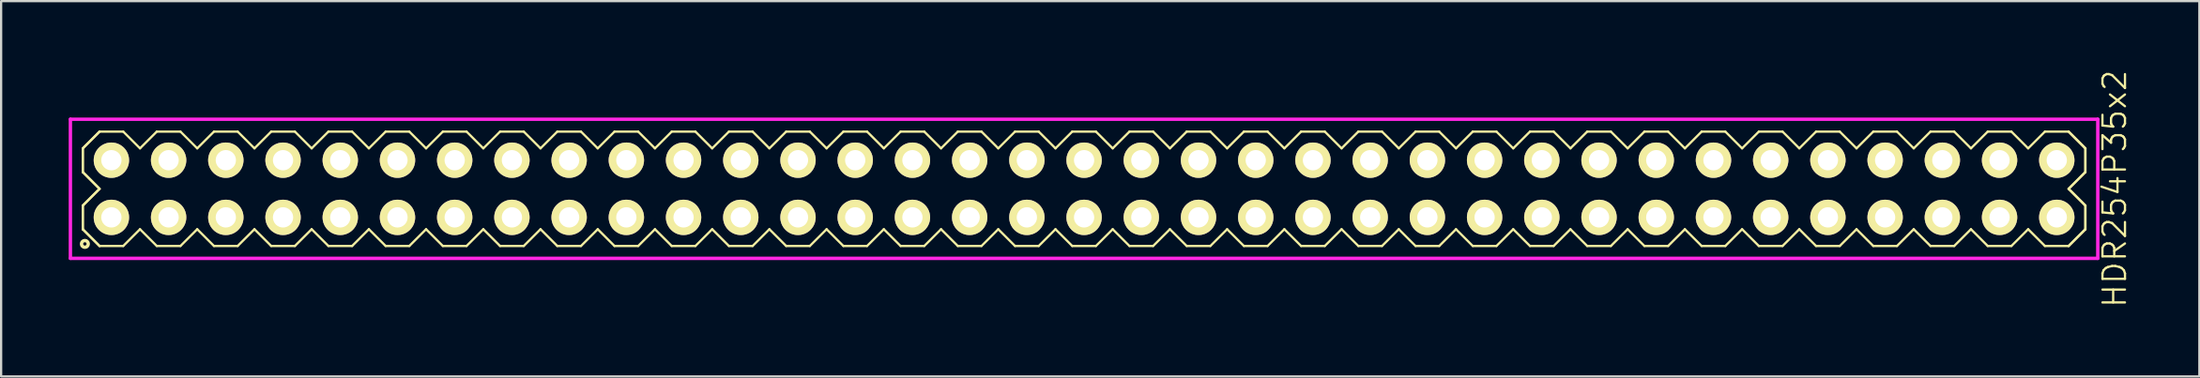
<source format=kicad_pcb>
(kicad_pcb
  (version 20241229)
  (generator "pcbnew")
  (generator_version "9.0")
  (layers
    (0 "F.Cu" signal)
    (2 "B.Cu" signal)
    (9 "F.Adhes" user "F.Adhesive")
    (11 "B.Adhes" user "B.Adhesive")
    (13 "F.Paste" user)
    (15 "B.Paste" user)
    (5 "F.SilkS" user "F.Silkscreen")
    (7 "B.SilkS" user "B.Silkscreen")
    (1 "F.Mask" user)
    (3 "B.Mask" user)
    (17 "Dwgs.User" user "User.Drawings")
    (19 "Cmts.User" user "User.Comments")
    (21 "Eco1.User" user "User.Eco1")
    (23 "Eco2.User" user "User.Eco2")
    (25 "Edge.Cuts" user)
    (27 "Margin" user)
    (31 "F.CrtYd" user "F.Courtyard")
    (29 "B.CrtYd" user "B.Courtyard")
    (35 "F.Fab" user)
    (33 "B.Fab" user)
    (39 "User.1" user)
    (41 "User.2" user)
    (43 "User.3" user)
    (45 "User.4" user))
  (footprint "HDR254P35x2"
    (layer "F.Cu")
    (at 45.075 5.336)
    (property "Reference" "HDR254P35x2" (at 45.75 0 90) (layer "F.SilkS") (effects (font (size 1 1) (thickness 0.1))))
    (attr through_hole)
    (fp_line (start -44.45 -1.796) (end -43.706 -2.54) (stroke (width 0.1) (type solid)) (layer "F.SilkS"))
    (fp_line (start -44.45 -1.796) (end -43.706 -2.54) (stroke (width 0.1) (type solid)) (layer "F.SilkS"))
    (fp_line (start -44.45 -0.744) (end -44.45 -1.796) (stroke (width 0.1) (type solid)) (layer "F.SilkS"))
    (fp_line (start -44.45 -0.744) (end -44.45 -1.796) (stroke (width 0.1) (type solid)) (layer "F.SilkS"))
    (fp_line (start -44.45 0.744) (end -43.706 0) (stroke (width 0.1) (type solid)) (layer "F.SilkS"))
    (fp_line (start -44.45 0.744) (end -43.706 0) (stroke (width 0.1) (type solid)) (layer "F.SilkS"))
    (fp_line (start -44.45 1.796) (end -44.45 0.744) (stroke (width 0.1) (type solid)) (layer "F.SilkS"))
    (fp_line (start -44.45 1.796) (end -44.45 0.744) (stroke (width 0.1) (type solid)) (layer "F.SilkS"))
    (fp_line (start -43.706 -2.54) (end -42.654 -2.54) (stroke (width 0.1) (type solid)) (layer "F.SilkS"))
    (fp_line (start -43.706 0) (end -44.45 -0.744) (stroke (width 0.1) (type solid)) (layer "F.SilkS"))
    (fp_line (start -43.706 0) (end -44.45 -0.744) (stroke (width 0.1) (type solid)) (layer "F.SilkS"))
    (fp_line (start -43.706 2.54) (end -44.45 1.796) (stroke (width 0.1) (type solid)) (layer "F.SilkS"))
    (fp_line (start -43.706 2.54) (end -44.45 1.796) (stroke (width 0.1) (type solid)) (layer "F.SilkS"))
    (fp_line (start -42.654 -2.54) (end -41.91 -1.796) (stroke (width 0.1) (type solid)) (layer "F.SilkS"))
    (fp_line (start -42.654 2.54) (end -43.706 2.54) (stroke (width 0.1) (type solid)) (layer "F.SilkS"))
    (fp_line (start -41.91 -1.796) (end -41.166 -2.54) (stroke (width 0.1) (type solid)) (layer "F.SilkS"))
    (fp_line (start -41.91 1.796) (end -42.654 2.54) (stroke (width 0.1) (type solid)) (layer "F.SilkS"))
    (fp_line (start -41.166 -2.54) (end -40.114 -2.54) (stroke (width 0.1) (type solid)) (layer "F.SilkS"))
    (fp_line (start -41.166 2.54) (end -41.91 1.796) (stroke (width 0.1) (type solid)) (layer "F.SilkS"))
    (fp_line (start -40.114 -2.54) (end -39.37 -1.796) (stroke (width 0.1) (type solid)) (layer "F.SilkS"))
    (fp_line (start -40.114 2.54) (end -41.166 2.54) (stroke (width 0.1) (type solid)) (layer "F.SilkS"))
    (fp_line (start -39.37 -1.796) (end -38.626 -2.54) (stroke (width 0.1) (type solid)) (layer "F.SilkS"))
    (fp_line (start -39.37 1.796) (end -40.114 2.54) (stroke (width 0.1) (type solid)) (layer "F.SilkS"))
    (fp_line (start -38.626 -2.54) (end -37.574 -2.54) (stroke (width 0.1) (type solid)) (layer "F.SilkS"))
    (fp_line (start -38.626 2.54) (end -39.37 1.796) (stroke (width 0.1) (type solid)) (layer "F.SilkS"))
    (fp_line (start -37.574 -2.54) (end -36.83 -1.796) (stroke (width 0.1) (type solid)) (layer "F.SilkS"))
    (fp_line (start -37.574 2.54) (end -38.626 2.54) (stroke (width 0.1) (type solid)) (layer "F.SilkS"))
    (fp_line (start -36.83 -1.796) (end -36.086 -2.54) (stroke (width 0.1) (type solid)) (layer "F.SilkS"))
    (fp_line (start -36.83 1.796) (end -37.574 2.54) (stroke (width 0.1) (type solid)) (layer "F.SilkS"))
    (fp_line (start -36.086 -2.54) (end -35.034 -2.54) (stroke (width 0.1) (type solid)) (layer "F.SilkS"))
    (fp_line (start -36.086 2.54) (end -36.83 1.796) (stroke (width 0.1) (type solid)) (layer "F.SilkS"))
    (fp_line (start -35.034 -2.54) (end -34.29 -1.796) (stroke (width 0.1) (type solid)) (layer "F.SilkS"))
    (fp_line (start -35.034 2.54) (end -36.086 2.54) (stroke (width 0.1) (type solid)) (layer "F.SilkS"))
    (fp_line (start -34.29 -1.796) (end -33.546 -2.54) (stroke (width 0.1) (type solid)) (layer "F.SilkS"))
    (fp_line (start -34.29 1.796) (end -35.034 2.54) (stroke (width 0.1) (type solid)) (layer "F.SilkS"))
    (fp_line (start -33.546 -2.54) (end -32.494 -2.54) (stroke (width 0.1) (type solid)) (layer "F.SilkS"))
    (fp_line (start -33.546 2.54) (end -34.29 1.796) (stroke (width 0.1) (type solid)) (layer "F.SilkS"))
    (fp_line (start -32.494 -2.54) (end -31.75 -1.796) (stroke (width 0.1) (type solid)) (layer "F.SilkS"))
    (fp_line (start -32.494 2.54) (end -33.546 2.54) (stroke (width 0.1) (type solid)) (layer "F.SilkS"))
    (fp_line (start -31.75 -1.796) (end -31.006 -2.54) (stroke (width 0.1) (type solid)) (layer "F.SilkS"))
    (fp_line (start -31.75 1.796) (end -32.494 2.54) (stroke (width 0.1) (type solid)) (layer "F.SilkS"))
    (fp_line (start -31.006 -2.54) (end -29.954 -2.54) (stroke (width 0.1) (type solid)) (layer "F.SilkS"))
    (fp_line (start -31.006 2.54) (end -31.75 1.796) (stroke (width 0.1) (type solid)) (layer "F.SilkS"))
    (fp_line (start -29.954 -2.54) (end -29.21 -1.796) (stroke (width 0.1) (type solid)) (layer "F.SilkS"))
    (fp_line (start -29.954 2.54) (end -31.006 2.54) (stroke (width 0.1) (type solid)) (layer "F.SilkS"))
    (fp_line (start -29.21 -1.796) (end -28.466 -2.54) (stroke (width 0.1) (type solid)) (layer "F.SilkS"))
    (fp_line (start -29.21 1.796) (end -29.954 2.54) (stroke (width 0.1) (type solid)) (layer "F.SilkS"))
    (fp_line (start -28.466 -2.54) (end -27.414 -2.54) (stroke (width 0.1) (type solid)) (layer "F.SilkS"))
    (fp_line (start -28.466 2.54) (end -29.21 1.796) (stroke (width 0.1) (type solid)) (layer "F.SilkS"))
    (fp_line (start -27.414 -2.54) (end -26.67 -1.796) (stroke (width 0.1) (type solid)) (layer "F.SilkS"))
    (fp_line (start -27.414 2.54) (end -28.466 2.54) (stroke (width 0.1) (type solid)) (layer "F.SilkS"))
    (fp_line (start -26.67 -1.796) (end -25.926 -2.54) (stroke (width 0.1) (type solid)) (layer "F.SilkS"))
    (fp_line (start -26.67 1.796) (end -27.414 2.54) (stroke (width 0.1) (type solid)) (layer "F.SilkS"))
    (fp_line (start -25.926 -2.54) (end -24.874 -2.54) (stroke (width 0.1) (type solid)) (layer "F.SilkS"))
    (fp_line (start -25.926 2.54) (end -26.67 1.796) (stroke (width 0.1) (type solid)) (layer "F.SilkS"))
    (fp_line (start -24.874 -2.54) (end -24.13 -1.796) (stroke (width 0.1) (type solid)) (layer "F.SilkS"))
    (fp_line (start -24.874 2.54) (end -25.926 2.54) (stroke (width 0.1) (type solid)) (layer "F.SilkS"))
    (fp_line (start -24.13 -1.796) (end -23.386 -2.54) (stroke (width 0.1) (type solid)) (layer "F.SilkS"))
    (fp_line (start -24.13 1.796) (end -24.874 2.54) (stroke (width 0.1) (type solid)) (layer "F.SilkS"))
    (fp_line (start -23.386 -2.54) (end -22.334 -2.54) (stroke (width 0.1) (type solid)) (layer "F.SilkS"))
    (fp_line (start -23.386 2.54) (end -24.13 1.796) (stroke (width 0.1) (type solid)) (layer "F.SilkS"))
    (fp_line (start -22.334 -2.54) (end -21.59 -1.796) (stroke (width 0.1) (type solid)) (layer "F.SilkS"))
    (fp_line (start -22.334 2.54) (end -23.386 2.54) (stroke (width 0.1) (type solid)) (layer "F.SilkS"))
    (fp_line (start -21.59 -1.796) (end -20.846 -2.54) (stroke (width 0.1) (type solid)) (layer "F.SilkS"))
    (fp_line (start -21.59 1.796) (end -22.334 2.54) (stroke (width 0.1) (type solid)) (layer "F.SilkS"))
    (fp_line (start -20.846 -2.54) (end -19.794 -2.54) (stroke (width 0.1) (type solid)) (layer "F.SilkS"))
    (fp_line (start -20.846 2.54) (end -21.59 1.796) (stroke (width 0.1) (type solid)) (layer "F.SilkS"))
    (fp_line (start -19.794 -2.54) (end -19.05 -1.796) (stroke (width 0.1) (type solid)) (layer "F.SilkS"))
    (fp_line (start -19.794 2.54) (end -20.846 2.54) (stroke (width 0.1) (type solid)) (layer "F.SilkS"))
    (fp_line (start -19.05 -1.796) (end -18.306 -2.54) (stroke (width 0.1) (type solid)) (layer "F.SilkS"))
    (fp_line (start -19.05 1.796) (end -19.794 2.54) (stroke (width 0.1) (type solid)) (layer "F.SilkS"))
    (fp_line (start -18.306 -2.54) (end -17.254 -2.54) (stroke (width 0.1) (type solid)) (layer "F.SilkS"))
    (fp_line (start -18.306 2.54) (end -19.05 1.796) (stroke (width 0.1) (type solid)) (layer "F.SilkS"))
    (fp_line (start -17.254 -2.54) (end -16.51 -1.796) (stroke (width 0.1) (type solid)) (layer "F.SilkS"))
    (fp_line (start -17.254 2.54) (end -18.306 2.54) (stroke (width 0.1) (type solid)) (layer "F.SilkS"))
    (fp_line (start -16.51 -1.796) (end -15.766 -2.54) (stroke (width 0.1) (type solid)) (layer "F.SilkS"))
    (fp_line (start -16.51 1.796) (end -17.254 2.54) (stroke (width 0.1) (type solid)) (layer "F.SilkS"))
    (fp_line (start -15.766 -2.54) (end -14.714 -2.54) (stroke (width 0.1) (type solid)) (layer "F.SilkS"))
    (fp_line (start -15.766 2.54) (end -16.51 1.796) (stroke (width 0.1) (type solid)) (layer "F.SilkS"))
    (fp_line (start -14.714 -2.54) (end -13.97 -1.796) (stroke (width 0.1) (type solid)) (layer "F.SilkS"))
    (fp_line (start -14.714 2.54) (end -15.766 2.54) (stroke (width 0.1) (type solid)) (layer "F.SilkS"))
    (fp_line (start -13.97 -1.796) (end -13.226 -2.54) (stroke (width 0.1) (type solid)) (layer "F.SilkS"))
    (fp_line (start -13.97 1.796) (end -14.714 2.54) (stroke (width 0.1) (type solid)) (layer "F.SilkS"))
    (fp_line (start -13.226 -2.54) (end -12.174 -2.54) (stroke (width 0.1) (type solid)) (layer "F.SilkS"))
    (fp_line (start -13.226 2.54) (end -13.97 1.796) (stroke (width 0.1) (type solid)) (layer "F.SilkS"))
    (fp_line (start -12.174 -2.54) (end -11.43 -1.796) (stroke (width 0.1) (type solid)) (layer "F.SilkS"))
    (fp_line (start -12.174 2.54) (end -13.226 2.54) (stroke (width 0.1) (type solid)) (layer "F.SilkS"))
    (fp_line (start -11.43 -1.796) (end -10.686 -2.54) (stroke (width 0.1) (type solid)) (layer "F.SilkS"))
    (fp_line (start -11.43 1.796) (end -12.174 2.54) (stroke (width 0.1) (type solid)) (layer "F.SilkS"))
    (fp_line (start -10.686 -2.54) (end -9.634 -2.54) (stroke (width 0.1) (type solid)) (layer "F.SilkS"))
    (fp_line (start -10.686 2.54) (end -11.43 1.796) (stroke (width 0.1) (type solid)) (layer "F.SilkS"))
    (fp_line (start -9.634 -2.54) (end -8.89 -1.796) (stroke (width 0.1) (type solid)) (layer "F.SilkS"))
    (fp_line (start -9.634 2.54) (end -10.686 2.54) (stroke (width 0.1) (type solid)) (layer "F.SilkS"))
    (fp_line (start -8.89 -1.796) (end -8.146 -2.54) (stroke (width 0.1) (type solid)) (layer "F.SilkS"))
    (fp_line (start -8.89 1.796) (end -9.634 2.54) (stroke (width 0.1) (type solid)) (layer "F.SilkS"))
    (fp_line (start -8.146 -2.54) (end -7.094 -2.54) (stroke (width 0.1) (type solid)) (layer "F.SilkS"))
    (fp_line (start -8.146 2.54) (end -8.89 1.796) (stroke (width 0.1) (type solid)) (layer "F.SilkS"))
    (fp_line (start -7.094 -2.54) (end -6.35 -1.796) (stroke (width 0.1) (type solid)) (layer "F.SilkS"))
    (fp_line (start -7.094 2.54) (end -8.146 2.54) (stroke (width 0.1) (type solid)) (layer "F.SilkS"))
    (fp_line (start -6.35 -1.796) (end -5.606 -2.54) (stroke (width 0.1) (type solid)) (layer "F.SilkS"))
    (fp_line (start -6.35 1.796) (end -7.094 2.54) (stroke (width 0.1) (type solid)) (layer "F.SilkS"))
    (fp_line (start -5.606 -2.54) (end -4.554 -2.54) (stroke (width 0.1) (type solid)) (layer "F.SilkS"))
    (fp_line (start -5.606 2.54) (end -6.35 1.796) (stroke (width 0.1) (type solid)) (layer "F.SilkS"))
    (fp_line (start -4.554 -2.54) (end -3.81 -1.796) (stroke (width 0.1) (type solid)) (layer "F.SilkS"))
    (fp_line (start -4.554 2.54) (end -5.606 2.54) (stroke (width 0.1) (type solid)) (layer "F.SilkS"))
    (fp_line (start -3.81 -1.796) (end -3.066 -2.54) (stroke (width 0.1) (type solid)) (layer "F.SilkS"))
    (fp_line (start -3.81 1.796) (end -4.554 2.54) (stroke (width 0.1) (type solid)) (layer "F.SilkS"))
    (fp_line (start -3.066 -2.54) (end -2.014 -2.54) (stroke (width 0.1) (type solid)) (layer "F.SilkS"))
    (fp_line (start -3.066 2.54) (end -3.81 1.796) (stroke (width 0.1) (type solid)) (layer "F.SilkS"))
    (fp_line (start -2.014 -2.54) (end -1.27 -1.796) (stroke (width 0.1) (type solid)) (layer "F.SilkS"))
    (fp_line (start -2.014 2.54) (end -3.066 2.54) (stroke (width 0.1) (type solid)) (layer "F.SilkS"))
    (fp_line (start -1.27 -1.796) (end -0.526 -2.54) (stroke (width 0.1) (type solid)) (layer "F.SilkS"))
    (fp_line (start -1.27 1.796) (end -2.014 2.54) (stroke (width 0.1) (type solid)) (layer "F.SilkS"))
    (fp_line (start -0.526 -2.54) (end 0.526 -2.54) (stroke (width 0.1) (type solid)) (layer "F.SilkS"))
    (fp_line (start -0.526 2.54) (end -1.27 1.796) (stroke (width 0.1) (type solid)) (layer "F.SilkS"))
    (fp_line (start 0.526 -2.54) (end 1.27 -1.796) (stroke (width 0.1) (type solid)) (layer "F.SilkS"))
    (fp_line (start 0.526 2.54) (end -0.526 2.54) (stroke (width 0.1) (type solid)) (layer "F.SilkS"))
    (fp_line (start 1.27 -1.796) (end 2.014 -2.54) (stroke (width 0.1) (type solid)) (layer "F.SilkS"))
    (fp_line (start 1.27 1.796) (end 0.526 2.54) (stroke (width 0.1) (type solid)) (layer "F.SilkS"))
    (fp_line (start 2.014 -2.54) (end 3.066 -2.54) (stroke (width 0.1) (type solid)) (layer "F.SilkS"))
    (fp_line (start 2.014 2.54) (end 1.27 1.796) (stroke (width 0.1) (type solid)) (layer "F.SilkS"))
    (fp_line (start 3.066 -2.54) (end 3.81 -1.796) (stroke (width 0.1) (type solid)) (layer "F.SilkS"))
    (fp_line (start 3.066 2.54) (end 2.014 2.54) (stroke (width 0.1) (type solid)) (layer "F.SilkS"))
    (fp_line (start 3.81 -1.796) (end 4.554 -2.54) (stroke (width 0.1) (type solid)) (layer "F.SilkS"))
    (fp_line (start 3.81 1.796) (end 3.066 2.54) (stroke (width 0.1) (type solid)) (layer "F.SilkS"))
    (fp_line (start 4.554 -2.54) (end 5.606 -2.54) (stroke (width 0.1) (type solid)) (layer "F.SilkS"))
    (fp_line (start 4.554 2.54) (end 3.81 1.796) (stroke (width 0.1) (type solid)) (layer "F.SilkS"))
    (fp_line (start 5.606 -2.54) (end 6.35 -1.796) (stroke (width 0.1) (type solid)) (layer "F.SilkS"))
    (fp_line (start 5.606 2.54) (end 4.554 2.54) (stroke (width 0.1) (type solid)) (layer "F.SilkS"))
    (fp_line (start 6.35 -1.796) (end 7.094 -2.54) (stroke (width 0.1) (type solid)) (layer "F.SilkS"))
    (fp_line (start 6.35 1.796) (end 5.606 2.54) (stroke (width 0.1) (type solid)) (layer "F.SilkS"))
    (fp_line (start 7.094 -2.54) (end 8.146 -2.54) (stroke (width 0.1) (type solid)) (layer "F.SilkS"))
    (fp_line (start 7.094 2.54) (end 6.35 1.796) (stroke (width 0.1) (type solid)) (layer "F.SilkS"))
    (fp_line (start 8.146 -2.54) (end 8.89 -1.796) (stroke (width 0.1) (type solid)) (layer "F.SilkS"))
    (fp_line (start 8.146 2.54) (end 7.094 2.54) (stroke (width 0.1) (type solid)) (layer "F.SilkS"))
    (fp_line (start 8.89 -1.796) (end 9.634 -2.54) (stroke (width 0.1) (type solid)) (layer "F.SilkS"))
    (fp_line (start 8.89 1.796) (end 8.146 2.54) (stroke (width 0.1) (type solid)) (layer "F.SilkS"))
    (fp_line (start 9.634 -2.54) (end 10.686 -2.54) (stroke (width 0.1) (type solid)) (layer "F.SilkS"))
    (fp_line (start 9.634 2.54) (end 8.89 1.796) (stroke (width 0.1) (type solid)) (layer "F.SilkS"))
    (fp_line (start 10.686 -2.54) (end 11.43 -1.796) (stroke (width 0.1) (type solid)) (layer "F.SilkS"))
    (fp_line (start 10.686 2.54) (end 9.634 2.54) (stroke (width 0.1) (type solid)) (layer "F.SilkS"))
    (fp_line (start 11.43 -1.796) (end 12.174 -2.54) (stroke (width 0.1) (type solid)) (layer "F.SilkS"))
    (fp_line (start 11.43 1.796) (end 10.686 2.54) (stroke (width 0.1) (type solid)) (layer "F.SilkS"))
    (fp_line (start 12.174 -2.54) (end 13.226 -2.54) (stroke (width 0.1) (type solid)) (layer "F.SilkS"))
    (fp_line (start 12.174 2.54) (end 11.43 1.796) (stroke (width 0.1) (type solid)) (layer "F.SilkS"))
    (fp_line (start 13.226 -2.54) (end 13.97 -1.796) (stroke (width 0.1) (type solid)) (layer "F.SilkS"))
    (fp_line (start 13.226 2.54) (end 12.174 2.54) (stroke (width 0.1) (type solid)) (layer "F.SilkS"))
    (fp_line (start 13.97 -1.796) (end 14.714 -2.54) (stroke (width 0.1) (type solid)) (layer "F.SilkS"))
    (fp_line (start 13.97 1.796) (end 13.226 2.54) (stroke (width 0.1) (type solid)) (layer "F.SilkS"))
    (fp_line (start 14.714 -2.54) (end 15.766 -2.54) (stroke (width 0.1) (type solid)) (layer "F.SilkS"))
    (fp_line (start 14.714 2.54) (end 13.97 1.796) (stroke (width 0.1) (type solid)) (layer "F.SilkS"))
    (fp_line (start 15.766 -2.54) (end 16.51 -1.796) (stroke (width 0.1) (type solid)) (layer "F.SilkS"))
    (fp_line (start 15.766 2.54) (end 14.714 2.54) (stroke (width 0.1) (type solid)) (layer "F.SilkS"))
    (fp_line (start 16.51 -1.796) (end 17.254 -2.54) (stroke (width 0.1) (type solid)) (layer "F.SilkS"))
    (fp_line (start 16.51 1.796) (end 15.766 2.54) (stroke (width 0.1) (type solid)) (layer "F.SilkS"))
    (fp_line (start 17.254 -2.54) (end 18.306 -2.54) (stroke (width 0.1) (type solid)) (layer "F.SilkS"))
    (fp_line (start 17.254 2.54) (end 16.51 1.796) (stroke (width 0.1) (type solid)) (layer "F.SilkS"))
    (fp_line (start 18.306 -2.54) (end 19.05 -1.796) (stroke (width 0.1) (type solid)) (layer "F.SilkS"))
    (fp_line (start 18.306 2.54) (end 17.254 2.54) (stroke (width 0.1) (type solid)) (layer "F.SilkS"))
    (fp_line (start 19.05 -1.796) (end 19.794 -2.54) (stroke (width 0.1) (type solid)) (layer "F.SilkS"))
    (fp_line (start 19.05 1.796) (end 18.306 2.54) (stroke (width 0.1) (type solid)) (layer "F.SilkS"))
    (fp_line (start 19.794 -2.54) (end 20.846 -2.54) (stroke (width 0.1) (type solid)) (layer "F.SilkS"))
    (fp_line (start 19.794 2.54) (end 19.05 1.796) (stroke (width 0.1) (type solid)) (layer "F.SilkS"))
    (fp_line (start 20.846 -2.54) (end 21.59 -1.796) (stroke (width 0.1) (type solid)) (layer "F.SilkS"))
    (fp_line (start 20.846 2.54) (end 19.794 2.54) (stroke (width 0.1) (type solid)) (layer "F.SilkS"))
    (fp_line (start 21.59 -1.796) (end 22.334 -2.54) (stroke (width 0.1) (type solid)) (layer "F.SilkS"))
    (fp_line (start 21.59 1.796) (end 20.846 2.54) (stroke (width 0.1) (type solid)) (layer "F.SilkS"))
    (fp_line (start 22.334 -2.54) (end 23.386 -2.54) (stroke (width 0.1) (type solid)) (layer "F.SilkS"))
    (fp_line (start 22.334 2.54) (end 21.59 1.796) (stroke (width 0.1) (type solid)) (layer "F.SilkS"))
    (fp_line (start 23.386 -2.54) (end 24.13 -1.796) (stroke (width 0.1) (type solid)) (layer "F.SilkS"))
    (fp_line (start 23.386 2.54) (end 22.334 2.54) (stroke (width 0.1) (type solid)) (layer "F.SilkS"))
    (fp_line (start 24.13 -1.796) (end 24.874 -2.54) (stroke (width 0.1) (type solid)) (layer "F.SilkS"))
    (fp_line (start 24.13 1.796) (end 23.386 2.54) (stroke (width 0.1) (type solid)) (layer "F.SilkS"))
    (fp_line (start 24.874 -2.54) (end 25.926 -2.54) (stroke (width 0.1) (type solid)) (layer "F.SilkS"))
    (fp_line (start 24.874 2.54) (end 24.13 1.796) (stroke (width 0.1) (type solid)) (layer "F.SilkS"))
    (fp_line (start 25.926 -2.54) (end 26.67 -1.796) (stroke (width 0.1) (type solid)) (layer "F.SilkS"))
    (fp_line (start 25.926 2.54) (end 24.874 2.54) (stroke (width 0.1) (type solid)) (layer "F.SilkS"))
    (fp_line (start 26.67 -1.796) (end 27.414 -2.54) (stroke (width 0.1) (type solid)) (layer "F.SilkS"))
    (fp_line (start 26.67 1.796) (end 25.926 2.54) (stroke (width 0.1) (type solid)) (layer "F.SilkS"))
    (fp_line (start 27.414 -2.54) (end 28.466 -2.54) (stroke (width 0.1) (type solid)) (layer "F.SilkS"))
    (fp_line (start 27.414 2.54) (end 26.67 1.796) (stroke (width 0.1) (type solid)) (layer "F.SilkS"))
    (fp_line (start 28.466 -2.54) (end 29.21 -1.796) (stroke (width 0.1) (type solid)) (layer "F.SilkS"))
    (fp_line (start 28.466 2.54) (end 27.414 2.54) (stroke (width 0.1) (type solid)) (layer "F.SilkS"))
    (fp_line (start 29.21 -1.796) (end 29.954 -2.54) (stroke (width 0.1) (type solid)) (layer "F.SilkS"))
    (fp_line (start 29.21 1.796) (end 28.466 2.54) (stroke (width 0.1) (type solid)) (layer "F.SilkS"))
    (fp_line (start 29.954 -2.54) (end 31.006 -2.54) (stroke (width 0.1) (type solid)) (layer "F.SilkS"))
    (fp_line (start 29.954 2.54) (end 29.21 1.796) (stroke (width 0.1) (type solid)) (layer "F.SilkS"))
    (fp_line (start 31.006 -2.54) (end 31.75 -1.796) (stroke (width 0.1) (type solid)) (layer "F.SilkS"))
    (fp_line (start 31.006 2.54) (end 29.954 2.54) (stroke (width 0.1) (type solid)) (layer "F.SilkS"))
    (fp_line (start 31.75 -1.796) (end 32.494 -2.54) (stroke (width 0.1) (type solid)) (layer "F.SilkS"))
    (fp_line (start 31.75 1.796) (end 31.006 2.54) (stroke (width 0.1) (type solid)) (layer "F.SilkS"))
    (fp_line (start 32.494 -2.54) (end 33.546 -2.54) (stroke (width 0.1) (type solid)) (layer "F.SilkS"))
    (fp_line (start 32.494 2.54) (end 31.75 1.796) (stroke (width 0.1) (type solid)) (layer "F.SilkS"))
    (fp_line (start 33.546 -2.54) (end 34.29 -1.796) (stroke (width 0.1) (type solid)) (layer "F.SilkS"))
    (fp_line (start 33.546 2.54) (end 32.494 2.54) (stroke (width 0.1) (type solid)) (layer "F.SilkS"))
    (fp_line (start 34.29 -1.796) (end 35.034 -2.54) (stroke (width 0.1) (type solid)) (layer "F.SilkS"))
    (fp_line (start 34.29 1.796) (end 33.546 2.54) (stroke (width 0.1) (type solid)) (layer "F.SilkS"))
    (fp_line (start 35.034 -2.54) (end 36.086 -2.54) (stroke (width 0.1) (type solid)) (layer "F.SilkS"))
    (fp_line (start 35.034 2.54) (end 34.29 1.796) (stroke (width 0.1) (type solid)) (layer "F.SilkS"))
    (fp_line (start 36.086 -2.54) (end 36.83 -1.796) (stroke (width 0.1) (type solid)) (layer "F.SilkS"))
    (fp_line (start 36.086 2.54) (end 35.034 2.54) (stroke (width 0.1) (type solid)) (layer "F.SilkS"))
    (fp_line (start 36.83 -1.796) (end 37.574 -2.54) (stroke (width 0.1) (type solid)) (layer "F.SilkS"))
    (fp_line (start 36.83 1.796) (end 36.086 2.54) (stroke (width 0.1) (type solid)) (layer "F.SilkS"))
    (fp_line (start 37.574 -2.54) (end 38.626 -2.54) (stroke (width 0.1) (type solid)) (layer "F.SilkS"))
    (fp_line (start 37.574 2.54) (end 36.83 1.796) (stroke (width 0.1) (type solid)) (layer "F.SilkS"))
    (fp_line (start 38.626 -2.54) (end 39.37 -1.796) (stroke (width 0.1) (type solid)) (layer "F.SilkS"))
    (fp_line (start 38.626 2.54) (end 37.574 2.54) (stroke (width 0.1) (type solid)) (layer "F.SilkS"))
    (fp_line (start 39.37 -1.796) (end 40.114 -2.54) (stroke (width 0.1) (type solid)) (layer "F.SilkS"))
    (fp_line (start 39.37 1.796) (end 38.626 2.54) (stroke (width 0.1) (type solid)) (layer "F.SilkS"))
    (fp_line (start 40.114 -2.54) (end 41.166 -2.54) (stroke (width 0.1) (type solid)) (layer "F.SilkS"))
    (fp_line (start 40.114 2.54) (end 39.37 1.796) (stroke (width 0.1) (type solid)) (layer "F.SilkS"))
    (fp_line (start 41.166 -2.54) (end 41.91 -1.796) (stroke (width 0.1) (type solid)) (layer "F.SilkS"))
    (fp_line (start 41.166 2.54) (end 40.114 2.54) (stroke (width 0.1) (type solid)) (layer "F.SilkS"))
    (fp_line (start 41.91 -1.796) (end 42.654 -2.54) (stroke (width 0.1) (type solid)) (layer "F.SilkS"))
    (fp_line (start 41.91 1.796) (end 41.166 2.54) (stroke (width 0.1) (type solid)) (layer "F.SilkS"))
    (fp_line (start 42.654 -2.54) (end 43.706 -2.54) (stroke (width 0.1) (type solid)) (layer "F.SilkS"))
    (fp_line (start 42.654 2.54) (end 41.91 1.796) (stroke (width 0.1) (type solid)) (layer "F.SilkS"))
    (fp_line (start 43.706 -2.54) (end 44.45 -1.796) (stroke (width 0.1) (type solid)) (layer "F.SilkS"))
    (fp_line (start 43.706 -2.54) (end 44.45 -1.796) (stroke (width 0.1) (type solid)) (layer "F.SilkS"))
    (fp_line (start 43.706 0) (end 44.45 0.744) (stroke (width 0.1) (type solid)) (layer "F.SilkS"))
    (fp_line (start 43.706 0) (end 44.45 0.744) (stroke (width 0.1) (type solid)) (layer "F.SilkS"))
    (fp_line (start 43.706 2.54) (end 42.654 2.54) (stroke (width 0.1) (type solid)) (layer "F.SilkS"))
    (fp_line (start 44.45 -1.796) (end 44.45 -0.744) (stroke (width 0.1) (type solid)) (layer "F.SilkS"))
    (fp_line (start 44.45 -1.796) (end 44.45 -0.744) (stroke (width 0.1) (type solid)) (layer "F.SilkS"))
    (fp_line (start 44.45 -0.744) (end 43.706 0) (stroke (width 0.1) (type solid)) (layer "F.SilkS"))
    (fp_line (start 44.45 -0.744) (end 43.706 0) (stroke (width 0.1) (type solid)) (layer "F.SilkS"))
    (fp_line (start 44.45 0.744) (end 44.45 1.796) (stroke (width 0.1) (type solid)) (layer "F.SilkS"))
    (fp_line (start 44.45 0.744) (end 44.45 1.796) (stroke (width 0.1) (type solid)) (layer "F.SilkS"))
    (fp_line (start 44.45 1.796) (end 43.706 2.54) (stroke (width 0.1) (type solid)) (layer "F.SilkS"))
    (fp_line (start 44.45 1.796) (end 43.706 2.54) (stroke (width 0.1) (type solid)) (layer "F.SilkS"))
    (fp_circle (center -44.357 2.448) (end -44.207 2.448) (stroke (width 0.15) (type solid)) (fill no) (layer "F.SilkS"))
    (fp_line (start -45 -3.09) (end -45 3.09) (stroke (width 0.15) (type solid)) (layer "F.CrtYd"))
    (fp_line (start -45 3.09) (end 45 3.09) (stroke (width 0.15) (type solid)) (layer "F.CrtYd"))
    (fp_line (start 45 -3.09) (end -45 -3.09) (stroke (width 0.15) (type solid)) (layer "F.CrtYd"))
    (fp_line (start 45 3.09) (end 45 -3.09) (stroke (width 0.15) (type solid)) (layer "F.CrtYd"))
    (pad "1" thru_hole oval (at -43.18 1.27) (size 1.57 1.57) (drill 0.9) (layers "*.Cu" "*.Mask" "F.SilkS"))
    (pad "2" thru_hole oval (at -43.18 -1.27) (size 1.57 1.57) (drill 0.9) (layers "*.Cu" "*.Mask" "F.SilkS"))
    (pad "3" thru_hole oval (at -40.64 1.27) (size 1.57 1.57) (drill 0.9) (layers "*.Cu" "*.Mask" "F.SilkS"))
    (pad "4" thru_hole oval (at -40.64 -1.27) (size 1.57 1.57) (drill 0.9) (layers "*.Cu" "*.Mask" "F.SilkS"))
    (pad "5" thru_hole oval (at -38.1 1.27) (size 1.57 1.57) (drill 0.9) (layers "*.Cu" "*.Mask" "F.SilkS"))
    (pad "6" thru_hole oval (at -38.1 -1.27) (size 1.57 1.57) (drill 0.9) (layers "*.Cu" "*.Mask" "F.SilkS"))
    (pad "7" thru_hole oval (at -35.56 1.27) (size 1.57 1.57) (drill 0.9) (layers "*.Cu" "*.Mask" "F.SilkS"))
    (pad "8" thru_hole oval (at -35.56 -1.27) (size 1.57 1.57) (drill 0.9) (layers "*.Cu" "*.Mask" "F.SilkS"))
    (pad "9" thru_hole oval (at -33.02 1.27) (size 1.57 1.57) (drill 0.9) (layers "*.Cu" "*.Mask" "F.SilkS"))
    (pad "10" thru_hole oval (at -33.02 -1.27) (size 1.57 1.57) (drill 0.9) (layers "*.Cu" "*.Mask" "F.SilkS"))
    (pad "11" thru_hole oval (at -30.48 1.27) (size 1.57 1.57) (drill 0.9) (layers "*.Cu" "*.Mask" "F.SilkS"))
    (pad "12" thru_hole oval (at -30.48 -1.27) (size 1.57 1.57) (drill 0.9) (layers "*.Cu" "*.Mask" "F.SilkS"))
    (pad "13" thru_hole oval (at -27.94 1.27) (size 1.57 1.57) (drill 0.9) (layers "*.Cu" "*.Mask" "F.SilkS"))
    (pad "14" thru_hole oval (at -27.94 -1.27) (size 1.57 1.57) (drill 0.9) (layers "*.Cu" "*.Mask" "F.SilkS"))
    (pad "15" thru_hole oval (at -25.4 1.27) (size 1.57 1.57) (drill 0.9) (layers "*.Cu" "*.Mask" "F.SilkS"))
    (pad "16" thru_hole oval (at -25.4 -1.27) (size 1.57 1.57) (drill 0.9) (layers "*.Cu" "*.Mask" "F.SilkS"))
    (pad "17" thru_hole oval (at -22.86 1.27) (size 1.57 1.57) (drill 0.9) (layers "*.Cu" "*.Mask" "F.SilkS"))
    (pad "18" thru_hole oval (at -22.86 -1.27) (size 1.57 1.57) (drill 0.9) (layers "*.Cu" "*.Mask" "F.SilkS"))
    (pad "19" thru_hole oval (at -20.32 1.27) (size 1.57 1.57) (drill 0.9) (layers "*.Cu" "*.Mask" "F.SilkS"))
    (pad "20" thru_hole oval (at -20.32 -1.27) (size 1.57 1.57) (drill 0.9) (layers "*.Cu" "*.Mask" "F.SilkS"))
    (pad "21" thru_hole oval (at -17.78 1.27) (size 1.57 1.57) (drill 0.9) (layers "*.Cu" "*.Mask" "F.SilkS"))
    (pad "22" thru_hole oval (at -17.78 -1.27) (size 1.57 1.57) (drill 0.9) (layers "*.Cu" "*.Mask" "F.SilkS"))
    (pad "23" thru_hole oval (at -15.24 1.27) (size 1.57 1.57) (drill 0.9) (layers "*.Cu" "*.Mask" "F.SilkS"))
    (pad "24" thru_hole oval (at -15.24 -1.27) (size 1.57 1.57) (drill 0.9) (layers "*.Cu" "*.Mask" "F.SilkS"))
    (pad "25" thru_hole oval (at -12.7 1.27) (size 1.57 1.57) (drill 0.9) (layers "*.Cu" "*.Mask" "F.SilkS"))
    (pad "26" thru_hole oval (at -12.7 -1.27) (size 1.57 1.57) (drill 0.9) (layers "*.Cu" "*.Mask" "F.SilkS"))
    (pad "27" thru_hole oval (at -10.16 1.27) (size 1.57 1.57) (drill 0.9) (layers "*.Cu" "*.Mask" "F.SilkS"))
    (pad "28" thru_hole oval (at -10.16 -1.27) (size 1.57 1.57) (drill 0.9) (layers "*.Cu" "*.Mask" "F.SilkS"))
    (pad "29" thru_hole oval (at -7.62 1.27) (size 1.57 1.57) (drill 0.9) (layers "*.Cu" "*.Mask" "F.SilkS"))
    (pad "30" thru_hole oval (at -7.62 -1.27) (size 1.57 1.57) (drill 0.9) (layers "*.Cu" "*.Mask" "F.SilkS"))
    (pad "31" thru_hole oval (at -5.08 1.27) (size 1.57 1.57) (drill 0.9) (layers "*.Cu" "*.Mask" "F.SilkS"))
    (pad "32" thru_hole oval (at -5.08 -1.27) (size 1.57 1.57) (drill 0.9) (layers "*.Cu" "*.Mask" "F.SilkS"))
    (pad "33" thru_hole oval (at -2.54 1.27) (size 1.57 1.57) (drill 0.9) (layers "*.Cu" "*.Mask" "F.SilkS"))
    (pad "34" thru_hole oval (at -2.54 -1.27) (size 1.57 1.57) (drill 0.9) (layers "*.Cu" "*.Mask" "F.SilkS"))
    (pad "35" thru_hole oval (at 0 1.27) (size 1.57 1.57) (drill 0.9) (layers "*.Cu" "*.Mask" "F.SilkS"))
    (pad "36" thru_hole oval (at 0 -1.27) (size 1.57 1.57) (drill 0.9) (layers "*.Cu" "*.Mask" "F.SilkS"))
    (pad "37" thru_hole oval (at 2.54 1.27) (size 1.57 1.57) (drill 0.9) (layers "*.Cu" "*.Mask" "F.SilkS"))
    (pad "38" thru_hole oval (at 2.54 -1.27) (size 1.57 1.57) (drill 0.9) (layers "*.Cu" "*.Mask" "F.SilkS"))
    (pad "39" thru_hole oval (at 5.08 1.27) (size 1.57 1.57) (drill 0.9) (layers "*.Cu" "*.Mask" "F.SilkS"))
    (pad "40" thru_hole oval (at 5.08 -1.27) (size 1.57 1.57) (drill 0.9) (layers "*.Cu" "*.Mask" "F.SilkS"))
    (pad "41" thru_hole oval (at 7.62 1.27) (size 1.57 1.57) (drill 0.9) (layers "*.Cu" "*.Mask" "F.SilkS"))
    (pad "42" thru_hole oval (at 7.62 -1.27) (size 1.57 1.57) (drill 0.9) (layers "*.Cu" "*.Mask" "F.SilkS"))
    (pad "43" thru_hole oval (at 10.16 1.27) (size 1.57 1.57) (drill 0.9) (layers "*.Cu" "*.Mask" "F.SilkS"))
    (pad "44" thru_hole oval (at 10.16 -1.27) (size 1.57 1.57) (drill 0.9) (layers "*.Cu" "*.Mask" "F.SilkS"))
    (pad "45" thru_hole oval (at 12.7 1.27) (size 1.57 1.57) (drill 0.9) (layers "*.Cu" "*.Mask" "F.SilkS"))
    (pad "46" thru_hole oval (at 12.7 -1.27) (size 1.57 1.57) (drill 0.9) (layers "*.Cu" "*.Mask" "F.SilkS"))
    (pad "47" thru_hole oval (at 15.24 1.27) (size 1.57 1.57) (drill 0.9) (layers "*.Cu" "*.Mask" "F.SilkS"))
    (pad "48" thru_hole oval (at 15.24 -1.27) (size 1.57 1.57) (drill 0.9) (layers "*.Cu" "*.Mask" "F.SilkS"))
    (pad "49" thru_hole oval (at 17.78 1.27) (size 1.57 1.57) (drill 0.9) (layers "*.Cu" "*.Mask" "F.SilkS"))
    (pad "50" thru_hole oval (at 17.78 -1.27) (size 1.57 1.57) (drill 0.9) (layers "*.Cu" "*.Mask" "F.SilkS"))
    (pad "51" thru_hole oval (at 20.32 1.27) (size 1.57 1.57) (drill 0.9) (layers "*.Cu" "*.Mask" "F.SilkS"))
    (pad "52" thru_hole oval (at 20.32 -1.27) (size 1.57 1.57) (drill 0.9) (layers "*.Cu" "*.Mask" "F.SilkS"))
    (pad "53" thru_hole oval (at 22.86 1.27) (size 1.57 1.57) (drill 0.9) (layers "*.Cu" "*.Mask" "F.SilkS"))
    (pad "54" thru_hole oval (at 22.86 -1.27) (size 1.57 1.57) (drill 0.9) (layers "*.Cu" "*.Mask" "F.SilkS"))
    (pad "55" thru_hole oval (at 25.4 1.27) (size 1.57 1.57) (drill 0.9) (layers "*.Cu" "*.Mask" "F.SilkS"))
    (pad "56" thru_hole oval (at 25.4 -1.27) (size 1.57 1.57) (drill 0.9) (layers "*.Cu" "*.Mask" "F.SilkS"))
    (pad "57" thru_hole oval (at 27.94 1.27) (size 1.57 1.57) (drill 0.9) (layers "*.Cu" "*.Mask" "F.SilkS"))
    (pad "58" thru_hole oval (at 27.94 -1.27) (size 1.57 1.57) (drill 0.9) (layers "*.Cu" "*.Mask" "F.SilkS"))
    (pad "59" thru_hole oval (at 30.48 1.27) (size 1.57 1.57) (drill 0.9) (layers "*.Cu" "*.Mask" "F.SilkS"))
    (pad "60" thru_hole oval (at 30.48 -1.27) (size 1.57 1.57) (drill 0.9) (layers "*.Cu" "*.Mask" "F.SilkS"))
    (pad "61" thru_hole oval (at 33.02 1.27) (size 1.57 1.57) (drill 0.9) (layers "*.Cu" "*.Mask" "F.SilkS"))
    (pad "62" thru_hole oval (at 33.02 -1.27) (size 1.57 1.57) (drill 0.9) (layers "*.Cu" "*.Mask" "F.SilkS"))
    (pad "63" thru_hole oval (at 35.56 1.27) (size 1.57 1.57) (drill 0.9) (layers "*.Cu" "*.Mask" "F.SilkS"))
    (pad "64" thru_hole oval (at 35.56 -1.27) (size 1.57 1.57) (drill 0.9) (layers "*.Cu" "*.Mask" "F.SilkS"))
    (pad "65" thru_hole oval (at 38.1 1.27) (size 1.57 1.57) (drill 0.9) (layers "*.Cu" "*.Mask" "F.SilkS"))
    (pad "66" thru_hole oval (at 38.1 -1.27) (size 1.57 1.57) (drill 0.9) (layers "*.Cu" "*.Mask" "F.SilkS"))
    (pad "67" thru_hole oval (at 40.64 1.27) (size 1.57 1.57) (drill 0.9) (layers "*.Cu" "*.Mask" "F.SilkS"))
    (pad "68" thru_hole oval (at 40.64 -1.27) (size 1.57 1.57) (drill 0.9) (layers "*.Cu" "*.Mask" "F.SilkS"))
    (pad "69" thru_hole oval (at 43.18 1.27) (size 1.57 1.57) (drill 0.9) (layers "*.Cu" "*.Mask" "F.SilkS"))
    (pad "70" thru_hole oval (at 43.18 -1.27) (size 1.57 1.57) (drill 0.9) (layers "*.Cu" "*.Mask" "F.SilkS")))
  (gr_rect
    (start -3 -3)
    (end 94.585 13.671)
    (stroke (width 0.1) (type default))
    (fill no)
    (layer "Edge.Cuts")))
</source>
